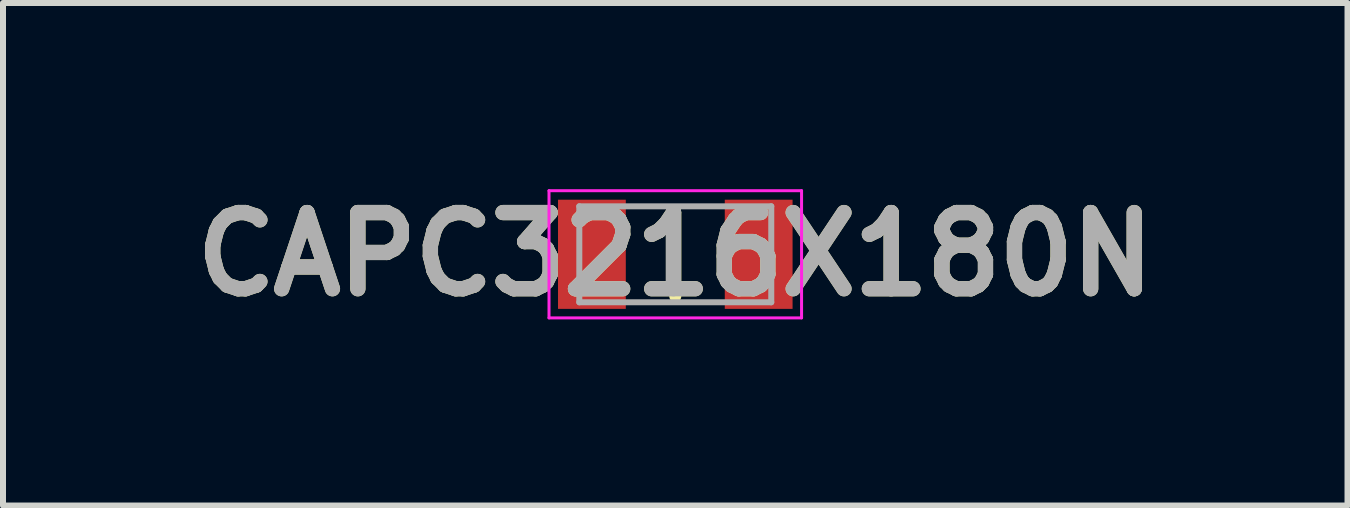
<source format=kicad_pcb>
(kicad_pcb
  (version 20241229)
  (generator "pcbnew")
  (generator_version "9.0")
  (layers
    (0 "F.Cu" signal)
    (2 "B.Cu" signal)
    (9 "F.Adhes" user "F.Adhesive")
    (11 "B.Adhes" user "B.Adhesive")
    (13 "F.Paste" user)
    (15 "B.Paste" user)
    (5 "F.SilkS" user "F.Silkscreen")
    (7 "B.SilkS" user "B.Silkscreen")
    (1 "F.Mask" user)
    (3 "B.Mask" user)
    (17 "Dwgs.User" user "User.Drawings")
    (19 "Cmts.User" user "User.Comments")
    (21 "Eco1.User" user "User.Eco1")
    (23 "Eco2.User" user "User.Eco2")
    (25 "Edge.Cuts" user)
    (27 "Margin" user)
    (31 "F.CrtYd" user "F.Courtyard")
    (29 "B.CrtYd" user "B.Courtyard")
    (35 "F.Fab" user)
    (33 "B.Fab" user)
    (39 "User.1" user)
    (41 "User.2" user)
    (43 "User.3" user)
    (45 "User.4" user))
  (footprint "CAPC3216X180N"
    (layer "F.Cu")
    (at 8.207 1.189)
    (property "Reference" "CAPC3216X180N" (at 0 0 0) (layer "F.SilkS") (effects (font (size 1.27 1.27) (thickness 0.254))))
    (attr smd)
    (fp_line (start 0 -0.7) (end 0 0.7) (stroke (width 0.2) (type solid)) (layer "F.SilkS"))
    (fp_line (start -2.105 -1.06) (end 2.105 -1.06) (stroke (width 0.05) (type solid)) (layer "F.CrtYd"))
    (fp_line (start -2.105 1.06) (end -2.105 -1.06) (stroke (width 0.05) (type solid)) (layer "F.CrtYd"))
    (fp_line (start 2.105 -1.06) (end 2.105 1.06) (stroke (width 0.05) (type solid)) (layer "F.CrtYd"))
    (fp_line (start 2.105 1.06) (end -2.105 1.06) (stroke (width 0.05) (type solid)) (layer "F.CrtYd"))
    (fp_line (start -1.6 -0.8) (end 1.6 -0.8) (stroke (width 0.1) (type solid)) (layer "F.Fab"))
    (fp_line (start -1.6 0.8) (end -1.6 -0.8) (stroke (width 0.1) (type solid)) (layer "F.Fab"))
    (fp_line (start 1.6 -0.8) (end 1.6 0.8) (stroke (width 0.1) (type solid)) (layer "F.Fab"))
    (fp_line (start 1.6 0.8) (end -1.6 0.8) (stroke (width 0.1) (type solid)) (layer "F.Fab"))
    (fp_text user "${REFERENCE}" (at 0 0 0) (layer "F.Fab") (effects (font (size 1.27 1.27) (thickness 0.254))))
    (pad "1" smd rect (at -1.39 0) (size 1.13 1.82) (layers "F.Cu" "F.Mask" "F.Paste"))
    (pad "2" smd rect (at 1.39 0) (size 1.13 1.82) (layers "F.Cu" "F.Mask" "F.Paste")))
  (gr_rect
    (start -3 -3)
    (end 19.413 5.377)
    (stroke (width 0.1) (type default))
    (fill no)
    (layer "Edge.Cuts")))
</source>
